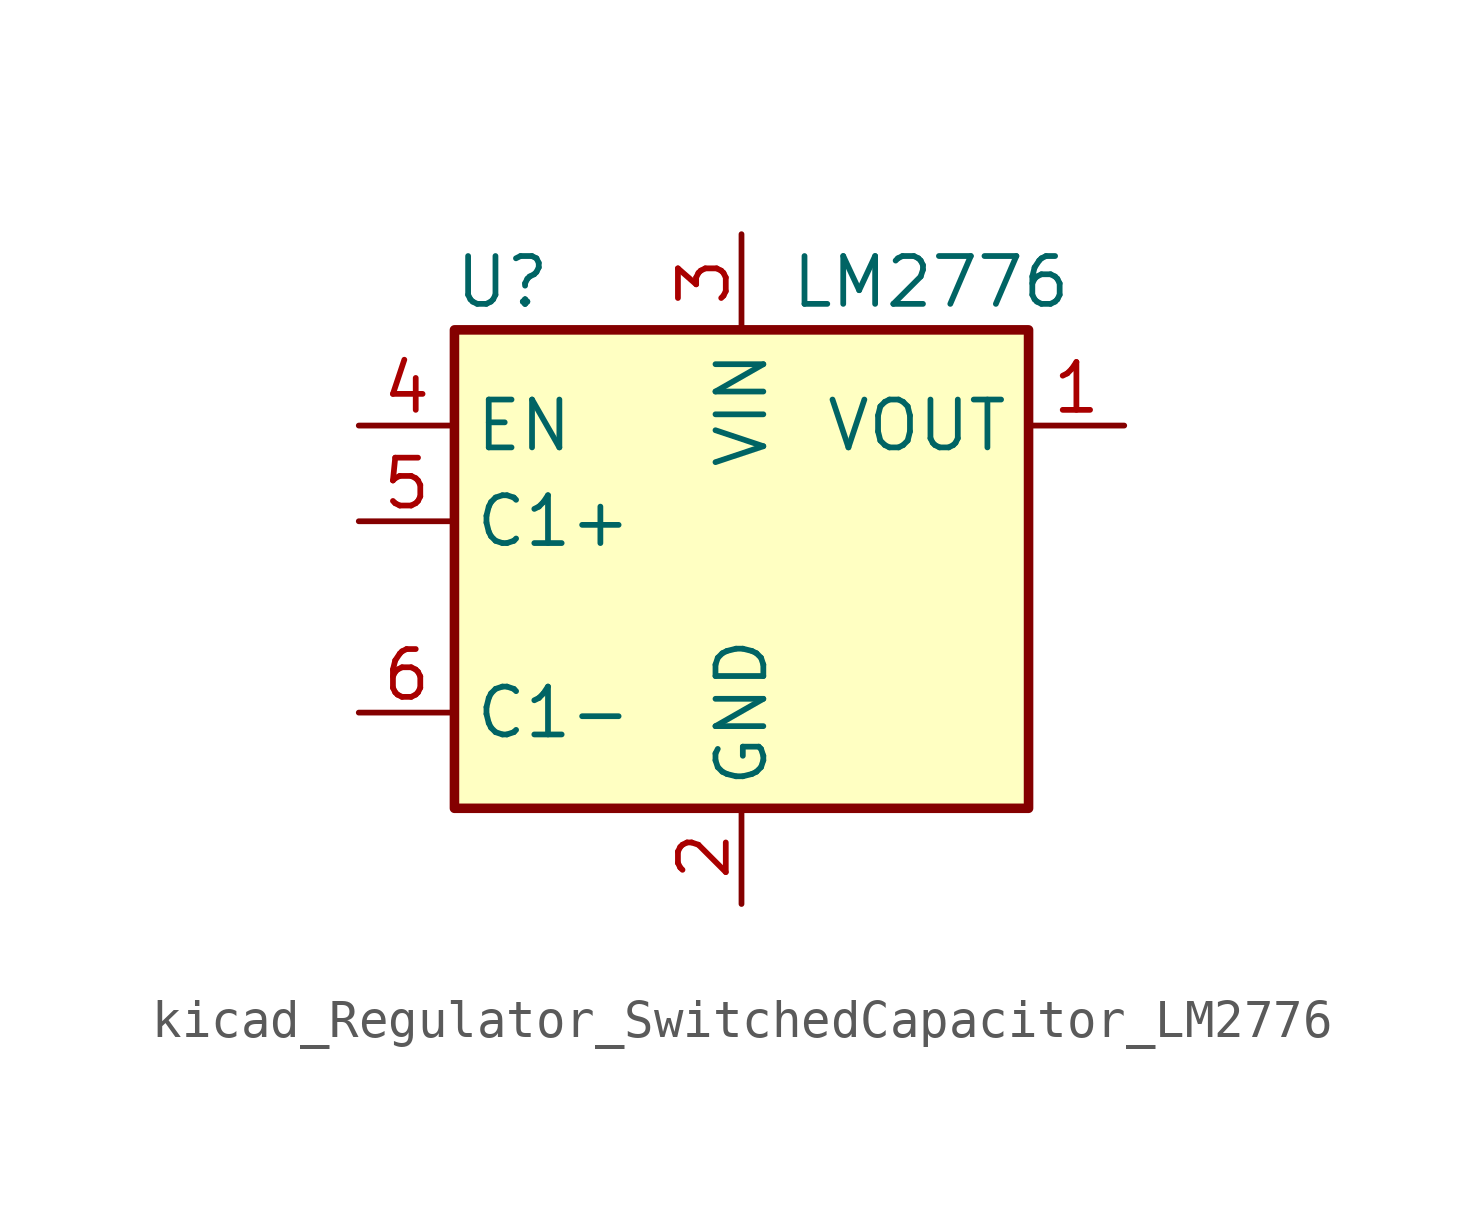
<source format=kicad_sym>
(kicad_symbol_lib
  (version 20220914)
  (generator kicad_symbol_editor)
  (symbol "kicad_Regulator_SwitchedCapacitor_LM2776"
    (property "Reference" "U"
      (at -6.35 6.35 0)
      (effects (font (size 1.27 1.27))))
    (property "Value" "LM2776"
      (at 1.27 6.35 0)
      (effects (font (size 1.27 1.27)) (justify left)))
    (symbol "kicad_Regulator_SwitchedCapacitor_LM2776_0_1"
      (rectangle (start -7.62 5.08) (end 7.62 -7.62) (stroke (width 0.254) (type default)) (fill (type background))))
    (symbol "kicad_Regulator_SwitchedCapacitor_LM2776_1_1"
      (pin power_out line (at 10.16 2.54 180) (length 2.54) (name "VOUT" (effects (font (size 1.27 1.27)))) (number "1" (effects (font (size 1.27 1.27)))))
      (pin power_in line (at 0 -10.16 90) (length 2.54) (name "GND" (effects (font (size 1.27 1.27)))) (number "2" (effects (font (size 1.27 1.27)))))
      (pin power_in line (at 0 7.62 270) (length 2.54) (name "VIN" (effects (font (size 1.27 1.27)))) (number "3" (effects (font (size 1.27 1.27)))))
      (pin input line (at -10.16 2.54 0) (length 2.54) (name "EN" (effects (font (size 1.27 1.27)))) (number "4" (effects (font (size 1.27 1.27)))))
      (pin passive line (at -10.16 0 0) (length 2.54) (name "C1+" (effects (font (size 1.27 1.27)))) (number "5" (effects (font (size 1.27 1.27)))))
      (pin passive line (at -10.16 -5.08 0) (length 2.54) (name "C1-" (effects (font (size 1.27 1.27)))) (number "6" (effects (font (size 1.27 1.27))))))))
</source>
